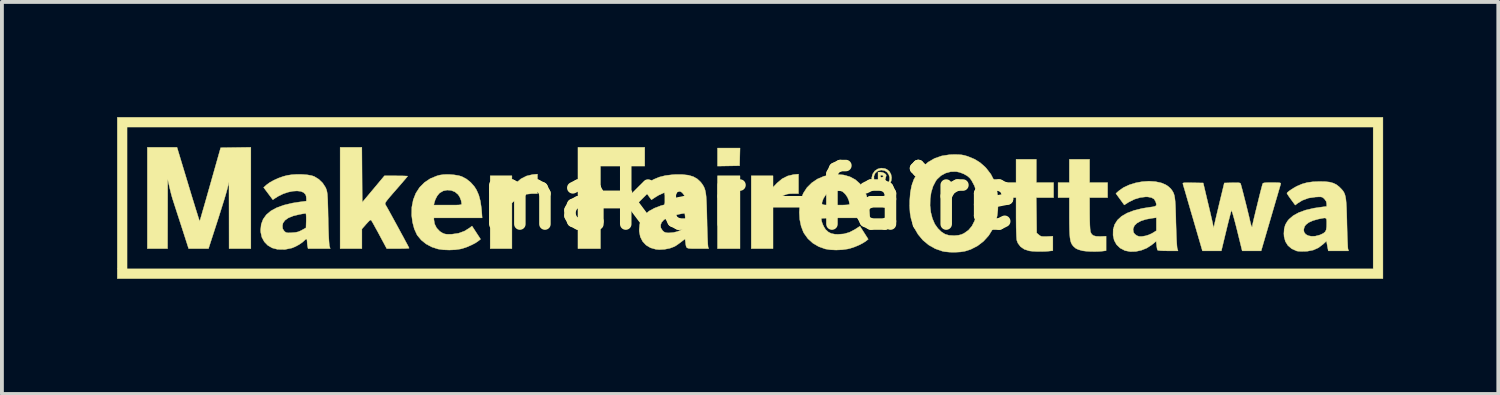
<source format=kicad_pcb>
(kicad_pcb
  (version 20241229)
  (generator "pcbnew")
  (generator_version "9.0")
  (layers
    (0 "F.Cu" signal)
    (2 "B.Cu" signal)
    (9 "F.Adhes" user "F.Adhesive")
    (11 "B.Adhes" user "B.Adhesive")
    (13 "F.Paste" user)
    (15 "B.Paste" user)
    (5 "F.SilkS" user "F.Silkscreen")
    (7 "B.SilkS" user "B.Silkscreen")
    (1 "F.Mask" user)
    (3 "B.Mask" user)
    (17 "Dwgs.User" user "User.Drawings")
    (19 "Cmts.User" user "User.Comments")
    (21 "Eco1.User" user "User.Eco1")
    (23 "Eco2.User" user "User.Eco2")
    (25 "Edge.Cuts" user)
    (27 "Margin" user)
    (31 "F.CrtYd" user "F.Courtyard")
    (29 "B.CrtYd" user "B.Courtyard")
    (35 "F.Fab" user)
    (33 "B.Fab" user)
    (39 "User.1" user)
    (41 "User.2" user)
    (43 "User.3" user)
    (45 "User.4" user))
  (footprint "maker-faire"
    (layer "F.Cu")
    (at 16.476 2.096)
    (property "Reference" "maker-faire" (at 0 0 0) (layer "F.SilkS") (effects (font (size 1.524 1.524) (thickness 0.3))))
    (attr through_hole)
    (fp_poly (pts (xy -0.264 -0.83) (xy -0.84 -0.82) (xy -0.84 -1.29) (xy -0.253 -1.29) (xy -0.264 -0.83)) (stroke (width 0.01) (type solid)) (fill yes) (layer "F.SilkS"))
    (fp_poly (pts (xy -0.254 1.329) (xy -0.84 1.329) (xy -0.84 -0.567) (xy -0.254 -0.567) (xy -0.254 1.329)) (stroke (width 0.01) (type solid)) (fill yes) (layer "F.SilkS"))
    (fp_poly (pts (xy -2.735 -0.821) (xy -3.888 -0.821) (xy -3.888 -0.176) (xy -3.068 -0.176) (xy -3.068 0.274) (xy -3.888 0.274) (xy -3.888 1.329) (xy -4.474 1.329) (xy -4.474 -1.309) (xy -2.735 -1.309) (xy -2.735 -0.821)) (stroke (width 0.01) (type solid)) (fill yes) (layer "F.SilkS"))
    (fp_poly (pts (xy 16.49 2.11) (xy -16.471 2.11) (xy -16.471 -1.837) (xy -16.217 -1.837) (xy -16.217 1.856) (xy 16.236 1.856) (xy 16.236 -1.837) (xy -16.217 -1.837) (xy -16.471 -1.837) (xy -16.471 -2.091) (xy 16.49 -2.091) (xy 16.49 2.11)) (stroke (width 0.01) (type solid)) (fill yes) (layer "F.SilkS"))
    (fp_poly (pts (xy -5.529 -0.104) (xy -5.672 -0.104) (xy -5.828 -0.086) (xy -5.971 -0.032) (xy -6.103 0.059) (xy -6.113 0.068) (xy -6.194 0.141) (xy -6.194 1.329) (xy -6.76 1.329) (xy -6.76 -0.567) (xy -6.194 -0.567) (xy -6.194 -0.268) (xy -6.087 -0.379) (xy -5.958 -0.489) (xy -5.815 -0.562) (xy -5.66 -0.599) (xy -5.645 -0.601) (xy -5.529 -0.611) (xy -5.529 -0.104)) (stroke (width 0.01) (type solid)) (fill yes) (layer "F.SilkS"))
    (fp_poly (pts (xy 1.27 -0.104) (xy 1.125 -0.104) (xy 1.037 -0.101) (xy 0.97 -0.09) (xy 0.902 -0.065) (xy 0.853 -0.042) (xy 0.779 0.000273) (xy 0.71 0.049) (xy 0.666 0.089) (xy 0.606 0.158) (xy 0.606 1.329) (xy 0.039 1.329) (xy 0.039 -0.567) (xy 0.606 -0.567) (xy 0.606 -0.268) (xy 0.712 -0.379) (xy 0.842 -0.489) (xy 0.985 -0.562) (xy 1.139 -0.599) (xy 1.154 -0.601) (xy 1.27 -0.611) (xy 1.27 -0.104)) (stroke (width 0.01) (type solid)) (fill yes) (layer "F.SilkS"))
    (fp_poly (pts (xy 3.468 -0.653) (xy 3.519 -0.627) (xy 3.548 -0.599) (xy 3.555 -0.572) (xy 3.542 -0.527) (xy 3.54 -0.52) (xy 3.525 -0.46) (xy 3.534 -0.415) (xy 3.536 -0.411) (xy 3.547 -0.381) (xy 3.531 -0.372) (xy 3.521 -0.371) (xy 3.486 -0.387) (xy 3.462 -0.42) (xy 3.439 -0.456) (xy 3.42 -0.469) (xy 3.405 -0.452) (xy 3.4 -0.42) (xy 3.39 -0.381) (xy 3.37 -0.371) (xy 3.355 -0.379) (xy 3.346 -0.407) (xy 3.342 -0.462) (xy 3.341 -0.518) (xy 3.341 -0.557) (xy 3.4 -0.557) (xy 3.416 -0.533) (xy 3.439 -0.528) (xy 3.471 -0.54) (xy 3.478 -0.557) (xy 3.462 -0.581) (xy 3.439 -0.586) (xy 3.407 -0.574) (xy 3.4 -0.557) (xy 3.341 -0.557) (xy 3.341 -0.664) (xy 3.407 -0.664) (xy 3.468 -0.653)) (stroke (width 0.01) (type solid)) (fill yes) (layer "F.SilkS"))
    (fp_poly (pts (xy 7.464 -0.391) (xy 7.913 -0.391) (xy 7.913 0) (xy 7.462 0) (xy 7.468 0.461) (xy 7.473 0.922) (xy 7.53 0.97) (xy 7.562 0.995) (xy 7.595 1.009) (xy 7.641 1.014) (xy 7.71 1.014) (xy 7.74 1.013) (xy 7.894 1.006) (xy 7.894 1.194) (xy 7.894 1.382) (xy 7.791 1.394) (xy 7.699 1.401) (xy 7.589 1.404) (xy 7.476 1.403) (xy 7.371 1.398) (xy 7.289 1.389) (xy 7.275 1.386) (xy 7.151 1.346) (xy 7.053 1.279) (xy 6.985 1.189) (xy 6.957 1.118) (xy 6.951 1.078) (xy 6.946 1.003) (xy 6.942 0.901) (xy 6.938 0.776) (xy 6.937 0.633) (xy 6.936 0.523) (xy 6.936 0) (xy 6.643 0) (xy 6.643 -0.391) (xy 6.936 -0.391) (xy 6.936 -0.996) (xy 7.464 -0.996) (xy 7.464 -0.391)) (stroke (width 0.01) (type solid)) (fill yes) (layer "F.SilkS"))
    (fp_poly (pts (xy 3.52 -0.756) (xy 3.571 -0.735) (xy 3.637 -0.681) (xy 3.678 -0.606) (xy 3.694 -0.521) (xy 3.683 -0.434) (xy 3.647 -0.355) (xy 3.586 -0.293) (xy 3.575 -0.286) (xy 3.505 -0.262) (xy 3.42 -0.256) (xy 3.338 -0.268) (xy 3.3 -0.283) (xy 3.228 -0.343) (xy 3.186 -0.422) (xy 3.176 -0.514) (xy 3.188 -0.56) (xy 3.234 -0.56) (xy 3.236 -0.472) (xy 3.242 -0.447) (xy 3.283 -0.369) (xy 3.346 -0.318) (xy 3.424 -0.297) (xy 3.508 -0.311) (xy 3.55 -0.331) (xy 3.61 -0.387) (xy 3.64 -0.455) (xy 3.642 -0.529) (xy 3.62 -0.6) (xy 3.577 -0.661) (xy 3.515 -0.702) (xy 3.437 -0.717) (xy 3.413 -0.716) (xy 3.327 -0.689) (xy 3.266 -0.635) (xy 3.234 -0.56) (xy 3.188 -0.56) (xy 3.2 -0.611) (xy 3.201 -0.613) (xy 3.256 -0.694) (xy 3.333 -0.746) (xy 3.423 -0.768) (xy 3.52 -0.756)) (stroke (width 0.01) (type solid)) (fill yes) (layer "F.SilkS"))
    (fp_poly (pts (xy 8.851 -0.391) (xy 9.32 -0.391) (xy 9.32 0) (xy 8.851 0) (xy 8.852 0.415) (xy 8.854 0.582) (xy 8.858 0.716) (xy 8.864 0.817) (xy 8.872 0.882) (xy 8.876 0.898) (xy 8.905 0.954) (xy 8.951 0.99) (xy 9.019 1.008) (xy 9.117 1.012) (xy 9.139 1.012) (xy 9.281 1.006) (xy 9.281 1.194) (xy 9.281 1.382) (xy 9.19 1.394) (xy 9.097 1.402) (xy 8.985 1.405) (xy 8.868 1.403) (xy 8.759 1.396) (xy 8.671 1.385) (xy 8.646 1.379) (xy 8.556 1.353) (xy 8.492 1.323) (xy 8.441 1.28) (xy 8.415 1.251) (xy 8.389 1.215) (xy 8.368 1.171) (xy 8.352 1.115) (xy 8.34 1.042) (xy 8.332 0.949) (xy 8.327 0.83) (xy 8.324 0.68) (xy 8.323 0.497) (xy 8.323 0) (xy 8.03 0) (xy 8.03 -0.391) (xy 8.323 -0.391) (xy 8.323 -0.996) (xy 8.851 -0.996) (xy 8.851 -0.391)) (stroke (width 0.01) (type solid)) (fill yes) (layer "F.SilkS"))
    (fp_poly (pts (xy -12.993 1.329) (xy -13.56 1.329) (xy -13.561 0.464) (xy -13.563 -0.401) (xy -13.61 -0.215) (xy -13.627 -0.152) (xy -13.654 -0.058) (xy -13.69 0.061) (xy -13.734 0.201) (xy -13.782 0.354) (xy -13.833 0.516) (xy -13.876 0.65) (xy -14.096 1.329) (xy -14.613 1.329) (xy -14.81 0.718) (xy -14.859 0.567) (xy -14.906 0.423) (xy -14.948 0.293) (xy -14.984 0.182) (xy -15.012 0.095) (xy -15.031 0.037) (xy -15.036 0.019) (xy -15.053 -0.039) (xy -15.075 -0.121) (xy -15.098 -0.216) (xy -15.112 -0.274) (xy -15.159 -0.479) (xy -15.16 0.425) (xy -15.162 1.329) (xy -15.689 1.329) (xy -15.689 -1.309) (xy -14.916 -1.309) (xy -14.624 -0.343) (xy -14.568 -0.157) (xy -14.515 0.017) (xy -14.466 0.175) (xy -14.423 0.315) (xy -14.386 0.432) (xy -14.358 0.523) (xy -14.337 0.585) (xy -14.327 0.614) (xy -14.326 0.616) (xy -14.319 0.597) (xy -14.303 0.543) (xy -14.279 0.459) (xy -14.247 0.348) (xy -14.208 0.214) (xy -14.164 0.06) (xy -14.116 -0.11) (xy -14.064 -0.293) (xy -14.049 -0.345) (xy -13.779 -1.299) (xy -12.993 -1.31) (xy -12.993 1.329)) (stroke (width 0.01) (type solid)) (fill yes) (layer "F.SilkS"))
    (fp_poly (pts (xy -10.097 -0.592) (xy -10.092 0.124) (xy -9.803 -0.221) (xy -9.514 -0.567) (xy -9.212 -0.567) (xy -9.108 -0.566) (xy -9.02 -0.565) (xy -8.953 -0.562) (xy -8.916 -0.56) (xy -8.91 -0.558) (xy -8.922 -0.542) (xy -8.956 -0.5) (xy -9.01 -0.437) (xy -9.078 -0.358) (xy -9.158 -0.266) (xy -9.212 -0.204) (xy -9.307 -0.095) (xy -9.38 -0.01) (xy -9.432 0.053) (xy -9.467 0.099) (xy -9.487 0.131) (xy -9.495 0.154) (xy -9.494 0.17) (xy -9.488 0.183) (xy -9.468 0.217) (xy -9.433 0.278) (xy -9.387 0.361) (xy -9.332 0.461) (xy -9.27 0.574) (xy -9.205 0.693) (xy -9.139 0.814) (xy -9.075 0.933) (xy -9.014 1.044) (xy -8.962 1.142) (xy -8.918 1.223) (xy -8.888 1.281) (xy -8.872 1.313) (xy -8.87 1.316) (xy -8.889 1.321) (xy -8.94 1.324) (xy -9.016 1.327) (xy -9.111 1.328) (xy -9.162 1.329) (xy -9.454 1.329) (xy -9.641 0.98) (xy -9.699 0.872) (xy -9.753 0.775) (xy -9.798 0.693) (xy -9.832 0.633) (xy -9.851 0.601) (xy -9.853 0.598) (xy -9.867 0.585) (xy -9.885 0.587) (xy -9.912 0.608) (xy -9.955 0.653) (xy -9.99 0.691) (xy -10.101 0.818) (xy -10.101 1.329) (xy -10.668 1.329) (xy -10.668 -1.309) (xy -10.102 -1.309) (xy -10.097 -0.592)) (stroke (width 0.01) (type solid)) (fill yes) (layer "F.SilkS"))
    (fp_poly (pts (xy -7.698 -0.592) (xy -7.574 -0.571) (xy -7.498 -0.548) (xy -7.381 -0.486) (xy -7.268 -0.396) (xy -7.171 -0.286) (xy -7.116 -0.199) (xy -7.057 -0.065) (xy -7.016 0.09) (xy -6.989 0.273) (xy -6.982 0.347) (xy -6.969 0.528) (xy -8.226 0.528) (xy -8.226 0.572) (xy -8.207 0.687) (xy -8.154 0.792) (xy -8.072 0.879) (xy -8.005 0.921) (xy -7.958 0.942) (xy -7.909 0.953) (xy -7.846 0.956) (xy -7.758 0.954) (xy -7.584 0.929) (xy -7.428 0.872) (xy -7.3 0.792) (xy -7.233 0.741) (xy -7.01 1.083) (xy -7.066 1.128) (xy -7.145 1.182) (xy -7.25 1.236) (xy -7.365 1.286) (xy -7.477 1.324) (xy -7.532 1.338) (xy -7.67 1.358) (xy -7.825 1.365) (xy -7.979 1.359) (xy -8.115 1.34) (xy -8.12 1.339) (xy -8.281 1.287) (xy -8.429 1.208) (xy -8.556 1.105) (xy -8.655 0.986) (xy -8.669 0.963) (xy -8.736 0.816) (xy -8.782 0.642) (xy -8.805 0.46) (xy -8.801 0.251) (xy -8.79 0.195) (xy -8.229 0.195) (xy -7.866 0.195) (xy -7.738 0.195) (xy -7.644 0.194) (xy -7.579 0.192) (xy -7.537 0.187) (xy -7.514 0.181) (xy -7.505 0.171) (xy -7.503 0.161) (xy -7.516 0.079) (xy -7.55 -0.009) (xy -7.595 -0.08) (xy -7.676 -0.148) (xy -7.774 -0.187) (xy -7.879 -0.196) (xy -7.982 -0.175) (xy -8.073 -0.122) (xy -8.086 -0.111) (xy -8.142 -0.041) (xy -8.189 0.05) (xy -8.215 0.132) (xy -8.229 0.195) (xy -8.79 0.195) (xy -8.764 0.059) (xy -8.696 -0.114) (xy -8.598 -0.266) (xy -8.472 -0.393) (xy -8.32 -0.495) (xy -8.143 -0.567) (xy -8.072 -0.586) (xy -7.963 -0.601) (xy -7.833 -0.603) (xy -7.698 -0.592)) (stroke (width 0.01) (type solid)) (fill yes) (layer "F.SilkS"))
    (fp_poly (pts (xy 5.431 -1.12) (xy 5.512 -1.114) (xy 5.583 -1.101) (xy 5.657 -1.08) (xy 5.692 -1.068) (xy 5.858 -0.999) (xy 5.999 -0.911) (xy 6.128 -0.798) (xy 6.158 -0.766) (xy 6.278 -0.611) (xy 6.367 -0.439) (xy 6.428 -0.245) (xy 6.46 -0.027) (xy 6.467 0.145) (xy 6.461 0.325) (xy 6.443 0.479) (xy 6.41 0.618) (xy 6.36 0.752) (xy 6.329 0.818) (xy 6.223 0.989) (xy 6.089 1.137) (xy 5.931 1.258) (xy 5.754 1.349) (xy 5.606 1.396) (xy 5.489 1.415) (xy 5.351 1.423) (xy 5.209 1.421) (xy 5.078 1.408) (xy 5.014 1.395) (xy 4.831 1.331) (xy 4.66 1.234) (xy 4.509 1.108) (xy 4.383 0.957) (xy 4.302 0.818) (xy 4.241 0.677) (xy 4.2 0.543) (xy 4.175 0.403) (xy 4.165 0.246) (xy 4.165 0.21) (xy 4.696 0.21) (xy 4.715 0.382) (xy 4.757 0.545) (xy 4.819 0.689) (xy 4.9 0.803) (xy 4.993 0.894) (xy 5.086 0.952) (xy 5.189 0.983) (xy 5.314 0.99) (xy 5.345 0.989) (xy 5.44 0.98) (xy 5.517 0.96) (xy 5.586 0.927) (xy 5.697 0.848) (xy 5.786 0.742) (xy 5.855 0.606) (xy 5.906 0.438) (xy 5.911 0.415) (xy 5.936 0.228) (xy 5.934 0.04) (xy 5.906 -0.139) (xy 5.853 -0.304) (xy 5.777 -0.447) (xy 5.735 -0.504) (xy 5.667 -0.564) (xy 5.574 -0.617) (xy 5.47 -0.657) (xy 5.379 -0.677) (xy 5.238 -0.675) (xy 5.103 -0.639) (xy 4.98 -0.572) (xy 4.879 -0.478) (xy 4.846 -0.434) (xy 4.774 -0.296) (xy 4.725 -0.137) (xy 4.7 0.034) (xy 4.696 0.21) (xy 4.165 0.21) (xy 4.166 0.081) (xy 4.182 -0.128) (xy 4.216 -0.308) (xy 4.271 -0.467) (xy 4.35 -0.611) (xy 4.455 -0.747) (xy 4.499 -0.795) (xy 4.648 -0.925) (xy 4.816 -1.022) (xy 5.002 -1.086) (xy 5.21 -1.118) (xy 5.324 -1.122) (xy 5.431 -1.12)) (stroke (width 0.01) (type solid)) (fill yes) (layer "F.SilkS"))
    (fp_poly (pts (xy 2.439 -0.59) (xy 2.606 -0.544) (xy 2.75 -0.467) (xy 2.871 -0.36) (xy 2.967 -0.223) (xy 3.041 -0.054) (xy 3.091 0.147) (xy 3.116 0.347) (xy 3.13 0.528) (xy 2.504 0.528) (xy 2.352 0.528) (xy 2.212 0.53) (xy 2.09 0.532) (xy 1.99 0.535) (xy 1.916 0.538) (xy 1.875 0.542) (xy 1.867 0.545) (xy 1.865 0.579) (xy 1.878 0.635) (xy 1.903 0.703) (xy 1.936 0.769) (xy 1.971 0.824) (xy 1.979 0.834) (xy 2.046 0.896) (xy 2.123 0.935) (xy 2.218 0.954) (xy 2.301 0.957) (xy 2.456 0.945) (xy 2.597 0.904) (xy 2.737 0.831) (xy 2.751 0.822) (xy 2.87 0.745) (xy 2.978 0.914) (xy 3.086 1.084) (xy 3.033 1.127) (xy 2.952 1.181) (xy 2.847 1.236) (xy 2.729 1.285) (xy 2.612 1.323) (xy 2.555 1.337) (xy 2.408 1.358) (xy 2.25 1.365) (xy 2.097 1.358) (xy 1.966 1.337) (xy 1.797 1.277) (xy 1.644 1.187) (xy 1.515 1.07) (xy 1.415 0.931) (xy 1.397 0.899) (xy 1.338 0.744) (xy 1.302 0.57) (xy 1.291 0.385) (xy 1.303 0.201) (xy 1.316 0.14) (xy 1.879 0.14) (xy 1.882 0.165) (xy 1.901 0.181) (xy 1.941 0.19) (xy 2.006 0.194) (xy 2.101 0.195) (xy 2.231 0.195) (xy 2.237 0.195) (xy 2.371 0.195) (xy 2.47 0.193) (xy 2.538 0.189) (xy 2.579 0.183) (xy 2.597 0.175) (xy 2.599 0.171) (xy 2.583 0.081) (xy 2.544 -0.011) (xy 2.487 -0.093) (xy 2.421 -0.153) (xy 2.392 -0.168) (xy 2.279 -0.196) (xy 2.169 -0.188) (xy 2.068 -0.147) (xy 1.983 -0.076) (xy 1.919 0.022) (xy 1.906 0.056) (xy 1.889 0.104) (xy 1.879 0.14) (xy 1.316 0.14) (xy 1.34 0.028) (xy 1.395 -0.114) (xy 1.491 -0.261) (xy 1.616 -0.385) (xy 1.764 -0.485) (xy 1.932 -0.556) (xy 2.113 -0.597) (xy 2.247 -0.605) (xy 2.439 -0.59)) (stroke (width 0.01) (type solid)) (fill yes) (layer "F.SilkS"))
    (fp_poly (pts (xy 10.565 -0.416) (xy 10.718 -0.383) (xy 10.829 -0.337) (xy 10.894 -0.295) (xy 10.952 -0.244) (xy 10.972 -0.222) (xy 11.001 -0.182) (xy 11.025 -0.143) (xy 11.044 -0.1) (xy 11.059 -0.05) (xy 11.07 0.013) (xy 11.079 0.094) (xy 11.086 0.196) (xy 11.091 0.324) (xy 11.096 0.484) (xy 11.099 0.635) (xy 11.104 0.79) (xy 11.109 0.936) (xy 11.114 1.066) (xy 11.12 1.175) (xy 11.126 1.259) (xy 11.131 1.311) (xy 11.134 1.324) (xy 11.154 1.387) (xy 10.892 1.387) (xy 10.783 1.386) (xy 10.697 1.382) (xy 10.641 1.375) (xy 10.619 1.367) (xy 10.61 1.338) (xy 10.601 1.283) (xy 10.596 1.242) (xy 10.585 1.137) (xy 10.465 1.234) (xy 10.341 1.314) (xy 10.2 1.371) (xy 10.054 1.403) (xy 9.91 1.407) (xy 9.779 1.382) (xy 9.765 1.377) (xy 9.645 1.314) (xy 9.553 1.225) (xy 9.491 1.112) (xy 9.462 0.98) (xy 9.465 0.835) (xy 9.984 0.835) (xy 9.995 0.905) (xy 10.028 0.951) (xy 10.082 0.991) (xy 10.138 1.011) (xy 10.209 1.013) (xy 10.304 0.997) (xy 10.313 0.995) (xy 10.39 0.971) (xy 10.47 0.935) (xy 10.5 0.918) (xy 10.59 0.861) (xy 10.59 0.523) (xy 10.478 0.537) (xy 10.319 0.566) (xy 10.187 0.608) (xy 10.087 0.663) (xy 10.019 0.729) (xy 9.987 0.805) (xy 9.984 0.835) (xy 9.465 0.835) (xy 9.465 0.833) (xy 9.503 0.701) (xy 9.576 0.586) (xy 9.684 0.486) (xy 9.828 0.403) (xy 10.007 0.335) (xy 10.221 0.282) (xy 10.409 0.252) (xy 10.499 0.24) (xy 10.556 0.226) (xy 10.584 0.207) (xy 10.59 0.176) (xy 10.578 0.129) (xy 10.568 0.1) (xy 10.53 0.039) (xy 10.465 0.000454) (xy 10.369 -0.018) (xy 10.317 -0.02) (xy 10.173 -0.003) (xy 10.022 0.042) (xy 9.877 0.114) (xy 9.857 0.126) (xy 9.754 0.192) (xy 9.645 0.042) (xy 9.536 -0.107) (xy 9.608 -0.172) (xy 9.731 -0.26) (xy 9.88 -0.33) (xy 10.045 -0.382) (xy 10.22 -0.415) (xy 10.396 -0.427) (xy 10.565 -0.416)) (stroke (width 0.01) (type solid)) (fill yes) (layer "F.SilkS"))
    (fp_poly (pts (xy 13.702 -0.39) (xy 13.768 -0.388) (xy 13.807 -0.384) (xy 13.826 -0.376) (xy 13.83 -0.364) (xy 13.828 -0.357) (xy 13.821 -0.331) (xy 13.804 -0.272) (xy 13.778 -0.184) (xy 13.745 -0.069) (xy 13.705 0.067) (xy 13.66 0.221) (xy 13.611 0.389) (xy 13.569 0.532) (xy 13.319 1.387) (xy 12.825 1.387) (xy 12.692 0.847) (xy 12.656 0.705) (xy 12.623 0.58) (xy 12.594 0.476) (xy 12.571 0.398) (xy 12.554 0.349) (xy 12.545 0.334) (xy 12.544 0.334) (xy 12.536 0.36) (xy 12.52 0.418) (xy 12.498 0.504) (xy 12.47 0.612) (xy 12.439 0.737) (xy 12.406 0.874) (xy 12.406 0.874) (xy 12.282 1.387) (xy 11.789 1.387) (xy 11.54 0.532) (xy 11.488 0.356) (xy 11.44 0.19) (xy 11.396 0.039) (xy 11.358 -0.093) (xy 11.326 -0.203) (xy 11.301 -0.286) (xy 11.286 -0.339) (xy 11.281 -0.357) (xy 11.279 -0.371) (xy 11.288 -0.38) (xy 11.314 -0.386) (xy 11.361 -0.388) (xy 11.435 -0.388) (xy 11.54 -0.386) (xy 11.81 -0.381) (xy 11.921 0.088) (xy 11.954 0.225) (xy 11.985 0.357) (xy 12.012 0.475) (xy 12.035 0.574) (xy 12.051 0.646) (xy 12.057 0.674) (xy 12.082 0.791) (xy 12.109 0.664) (xy 12.122 0.609) (xy 12.142 0.522) (xy 12.168 0.413) (xy 12.198 0.287) (xy 12.23 0.152) (xy 12.248 0.078) (xy 12.359 -0.381) (xy 12.567 -0.387) (xy 12.66 -0.388) (xy 12.722 -0.387) (xy 12.758 -0.382) (xy 12.777 -0.373) (xy 12.786 -0.357) (xy 12.801 -0.302) (xy 12.824 -0.217) (xy 12.852 -0.11) (xy 12.883 0.012) (xy 12.916 0.141) (xy 12.948 0.269) (xy 12.977 0.388) (xy 13.002 0.49) (xy 13.02 0.568) (xy 13.027 0.6) (xy 13.046 0.68) (xy 13.063 0.735) (xy 13.078 0.763) (xy 13.088 0.759) (xy 13.091 0.724) (xy 13.095 0.699) (xy 13.108 0.641) (xy 13.127 0.558) (xy 13.152 0.455) (xy 13.18 0.338) (xy 13.211 0.214) (xy 13.242 0.087) (xy 13.272 -0.034) (xy 13.3 -0.146) (xy 13.325 -0.241) (xy 13.344 -0.313) (xy 13.356 -0.357) (xy 13.365 -0.371) (xy 13.385 -0.381) (xy 13.422 -0.387) (xy 13.484 -0.39) (xy 13.577 -0.391) (xy 13.602 -0.391) (xy 13.702 -0.39)) (stroke (width 0.01) (type solid)) (fill yes) (layer "F.SilkS"))
    (fp_poly (pts (xy -11.647 -0.603) (xy -11.518 -0.592) (xy -11.408 -0.572) (xy -11.342 -0.55) (xy -11.224 -0.478) (xy -11.123 -0.38) (xy -11.049 -0.266) (xy -11.035 -0.235) (xy -11.024 -0.204) (xy -11.014 -0.171) (xy -11.007 -0.132) (xy -11 -0.084) (xy -10.996 -0.02) (xy -10.991 0.063) (xy -10.988 0.17) (xy -10.984 0.305) (xy -10.981 0.474) (xy -10.979 0.537) (xy -10.976 0.704) (xy -10.971 0.858) (xy -10.966 0.994) (xy -10.96 1.108) (xy -10.954 1.195) (xy -10.949 1.25) (xy -10.945 1.265) (xy -10.925 1.329) (xy -11.503 1.329) (xy -11.515 1.268) (xy -11.524 1.202) (xy -11.528 1.141) (xy -11.533 1.091) (xy -11.55 1.078) (xy -11.583 1.1) (xy -11.598 1.117) (xy -11.656 1.168) (xy -11.738 1.224) (xy -11.83 1.274) (xy -11.917 1.311) (xy -11.928 1.314) (xy -12.107 1.351) (xy -12.289 1.348) (xy -12.3 1.347) (xy -12.437 1.311) (xy -12.552 1.244) (xy -12.643 1.15) (xy -12.706 1.034) (xy -12.736 0.899) (xy -12.739 0.846) (xy -12.728 0.745) (xy -12.172 0.745) (xy -12.162 0.815) (xy -12.125 0.87) (xy -12.122 0.873) (xy -12.094 0.898) (xy -12.065 0.912) (xy -12.025 0.918) (xy -11.962 0.917) (xy -11.92 0.914) (xy -11.827 0.906) (xy -11.756 0.89) (xy -11.69 0.861) (xy -11.662 0.846) (xy -11.557 0.787) (xy -11.551 0.599) (xy -11.551 0.513) (xy -11.554 0.449) (xy -11.56 0.415) (xy -11.564 0.41) (xy -11.591 0.414) (xy -11.646 0.423) (xy -11.717 0.436) (xy -11.729 0.438) (xy -11.892 0.478) (xy -12.017 0.529) (xy -12.105 0.592) (xy -12.157 0.666) (xy -12.172 0.745) (xy -12.728 0.745) (xy -12.723 0.696) (xy -12.673 0.563) (xy -12.59 0.447) (xy -12.472 0.347) (xy -12.32 0.264) (xy -12.132 0.196) (xy -11.91 0.143) (xy -11.737 0.116) (xy -11.547 0.091) (xy -11.547 0.025) (xy -11.553 -0.033) (xy -11.567 -0.079) (xy -11.567 -0.079) (xy -11.616 -0.131) (xy -11.692 -0.163) (xy -11.789 -0.174) (xy -11.902 -0.167) (xy -12.025 -0.141) (xy -12.152 -0.098) (xy -12.277 -0.037) (xy -12.369 0.021) (xy -12.42 0.056) (xy -12.54 -0.104) (xy -12.66 -0.264) (xy -12.587 -0.33) (xy -12.506 -0.39) (xy -12.397 -0.451) (xy -12.274 -0.507) (xy -12.147 -0.552) (xy -12.046 -0.578) (xy -11.922 -0.597) (xy -11.785 -0.605) (xy -11.647 -0.603)) (stroke (width 0.01) (type solid)) (fill yes) (layer "F.SilkS"))
    (fp_poly (pts (xy 14.987 -0.416) (xy 15.104 -0.403) (xy 15.198 -0.377) (xy 15.278 -0.338) (xy 15.351 -0.281) (xy 15.377 -0.255) (xy 15.418 -0.213) (xy 15.451 -0.174) (xy 15.477 -0.132) (xy 15.498 -0.083) (xy 15.514 -0.023) (xy 15.526 0.052) (xy 15.535 0.147) (xy 15.542 0.267) (xy 15.547 0.415) (xy 15.552 0.597) (xy 15.553 0.664) (xy 15.557 0.82) (xy 15.561 0.964) (xy 15.566 1.093) (xy 15.571 1.2) (xy 15.575 1.281) (xy 15.579 1.331) (xy 15.582 1.343) (xy 15.596 1.387) (xy 15.067 1.387) (xy 15.057 1.333) (xy 15.046 1.277) (xy 15.034 1.211) (xy 15.033 1.206) (xy 15.021 1.132) (xy 14.933 1.213) (xy 14.811 1.306) (xy 14.677 1.366) (xy 14.525 1.396) (xy 14.458 1.4) (xy 14.375 1.401) (xy 14.302 1.398) (xy 14.252 1.392) (xy 14.243 1.39) (xy 14.114 1.331) (xy 14.016 1.248) (xy 13.95 1.143) (xy 13.916 1.016) (xy 13.911 0.936) (xy 13.918 0.836) (xy 14.426 0.836) (xy 14.438 0.902) (xy 14.478 0.955) (xy 14.543 0.991) (xy 14.626 1.008) (xy 14.725 1.005) (xy 14.833 0.978) (xy 14.869 0.964) (xy 14.94 0.93) (xy 14.986 0.891) (xy 15.012 0.84) (xy 15.023 0.766) (xy 15.025 0.69) (xy 15.025 0.613) (xy 15.021 0.564) (xy 15.005 0.538) (xy 14.972 0.53) (xy 14.915 0.538) (xy 14.826 0.556) (xy 14.814 0.558) (xy 14.67 0.598) (xy 14.558 0.648) (xy 14.48 0.71) (xy 14.448 0.757) (xy 14.426 0.836) (xy 13.918 0.836) (xy 13.92 0.81) (xy 13.948 0.708) (xy 14.001 0.617) (xy 14.043 0.565) (xy 14.153 0.471) (xy 14.297 0.391) (xy 14.476 0.326) (xy 14.69 0.276) (xy 14.852 0.252) (xy 15.025 0.229) (xy 15.025 0.162) (xy 15.013 0.099) (xy 14.971 0.041) (xy 14.966 0.035) (xy 14.936 0.007) (xy 14.909 -0.01) (xy 14.874 -0.018) (xy 14.822 -0.019) (xy 14.742 -0.015) (xy 14.736 -0.015) (xy 14.553 0.012) (xy 14.389 0.073) (xy 14.27 0.147) (xy 14.206 0.196) (xy 14.098 0.049) (xy 14.051 -0.016) (xy 14.014 -0.071) (xy 13.993 -0.106) (xy 13.99 -0.114) (xy 14.005 -0.136) (xy 14.047 -0.171) (xy 14.108 -0.213) (xy 14.178 -0.257) (xy 14.25 -0.297) (xy 14.255 -0.299) (xy 14.383 -0.354) (xy 14.516 -0.391) (xy 14.666 -0.412) (xy 14.839 -0.419) (xy 14.987 -0.416)) (stroke (width 0.01) (type solid)) (fill yes) (layer "F.SilkS"))
    (fp_poly (pts (xy -1.75 -0.6) (xy -1.597 -0.583) (xy -1.471 -0.546) (xy -1.368 -0.488) (xy -1.282 -0.408) (xy -1.25 -0.368) (xy -1.22 -0.324) (xy -1.195 -0.281) (xy -1.175 -0.234) (xy -1.159 -0.18) (xy -1.146 -0.114) (xy -1.136 -0.031) (xy -1.129 0.073) (xy -1.123 0.202) (xy -1.118 0.361) (xy -1.114 0.554) (xy -1.113 0.576) (xy -1.11 0.735) (xy -1.105 0.883) (xy -1.101 1.015) (xy -1.096 1.127) (xy -1.092 1.212) (xy -1.087 1.267) (xy -1.085 1.285) (xy -1.07 1.329) (xy -1.354 1.329) (xy -1.467 1.329) (xy -1.548 1.327) (xy -1.602 1.32) (xy -1.635 1.306) (xy -1.653 1.281) (xy -1.663 1.242) (xy -1.671 1.186) (xy -1.672 1.173) (xy -1.685 1.076) (xy -1.795 1.161) (xy -1.86 1.209) (xy -1.921 1.251) (xy -1.964 1.276) (xy -2.082 1.32) (xy -2.219 1.347) (xy -2.356 1.355) (xy -2.444 1.347) (xy -2.585 1.307) (xy -2.701 1.237) (xy -2.79 1.141) (xy -2.85 1.022) (xy -2.877 0.882) (xy -2.879 0.83) (xy -2.867 0.717) (xy -2.323 0.717) (xy -2.315 0.79) (xy -2.271 0.858) (xy -2.268 0.861) (xy -2.231 0.894) (xy -2.192 0.911) (xy -2.139 0.918) (xy -2.092 0.918) (xy -1.987 0.909) (xy -1.886 0.885) (xy -1.873 0.88) (xy -1.788 0.844) (xy -1.733 0.807) (xy -1.7 0.759) (xy -1.685 0.693) (xy -1.68 0.597) (xy -1.68 0.583) (xy -1.682 0.506) (xy -1.687 0.447) (xy -1.694 0.414) (xy -1.698 0.41) (xy -1.753 0.416) (xy -1.833 0.431) (xy -1.926 0.453) (xy -2.018 0.478) (xy -2.097 0.503) (xy -2.146 0.522) (xy -2.236 0.578) (xy -2.296 0.645) (xy -2.323 0.717) (xy -2.867 0.717) (xy -2.863 0.682) (xy -2.817 0.557) (xy -2.738 0.448) (xy -2.624 0.353) (xy -2.614 0.347) (xy -2.48 0.274) (xy -2.315 0.211) (xy -2.125 0.159) (xy -1.916 0.12) (xy -1.802 0.106) (xy -1.68 0.093) (xy -1.68 0.027) (xy -1.697 -0.045) (xy -1.737 -0.102) (xy -1.766 -0.133) (xy -1.792 -0.151) (xy -1.826 -0.161) (xy -1.878 -0.165) (xy -1.958 -0.164) (xy -1.967 -0.164) (xy -2.114 -0.154) (xy -2.243 -0.122) (xy -2.369 -0.065) (xy -2.458 -0.011) (xy -2.561 0.057) (xy -2.677 -0.102) (xy -2.726 -0.17) (xy -2.765 -0.227) (xy -2.789 -0.265) (xy -2.794 -0.276) (xy -2.779 -0.292) (xy -2.738 -0.324) (xy -2.679 -0.367) (xy -2.647 -0.389) (xy -2.503 -0.473) (xy -2.355 -0.534) (xy -2.195 -0.574) (xy -2.012 -0.596) (xy -1.933 -0.601) (xy -1.75 -0.6)) (stroke (width 0.01) (type solid)) (fill yes) (layer "F.SilkS")))
  (gr_rect
    (start -3 -3)
    (end 35.971 7.211)
    (stroke (width 0.1) (type default))
    (fill no)
    (layer "Edge.Cuts")))
</source>
